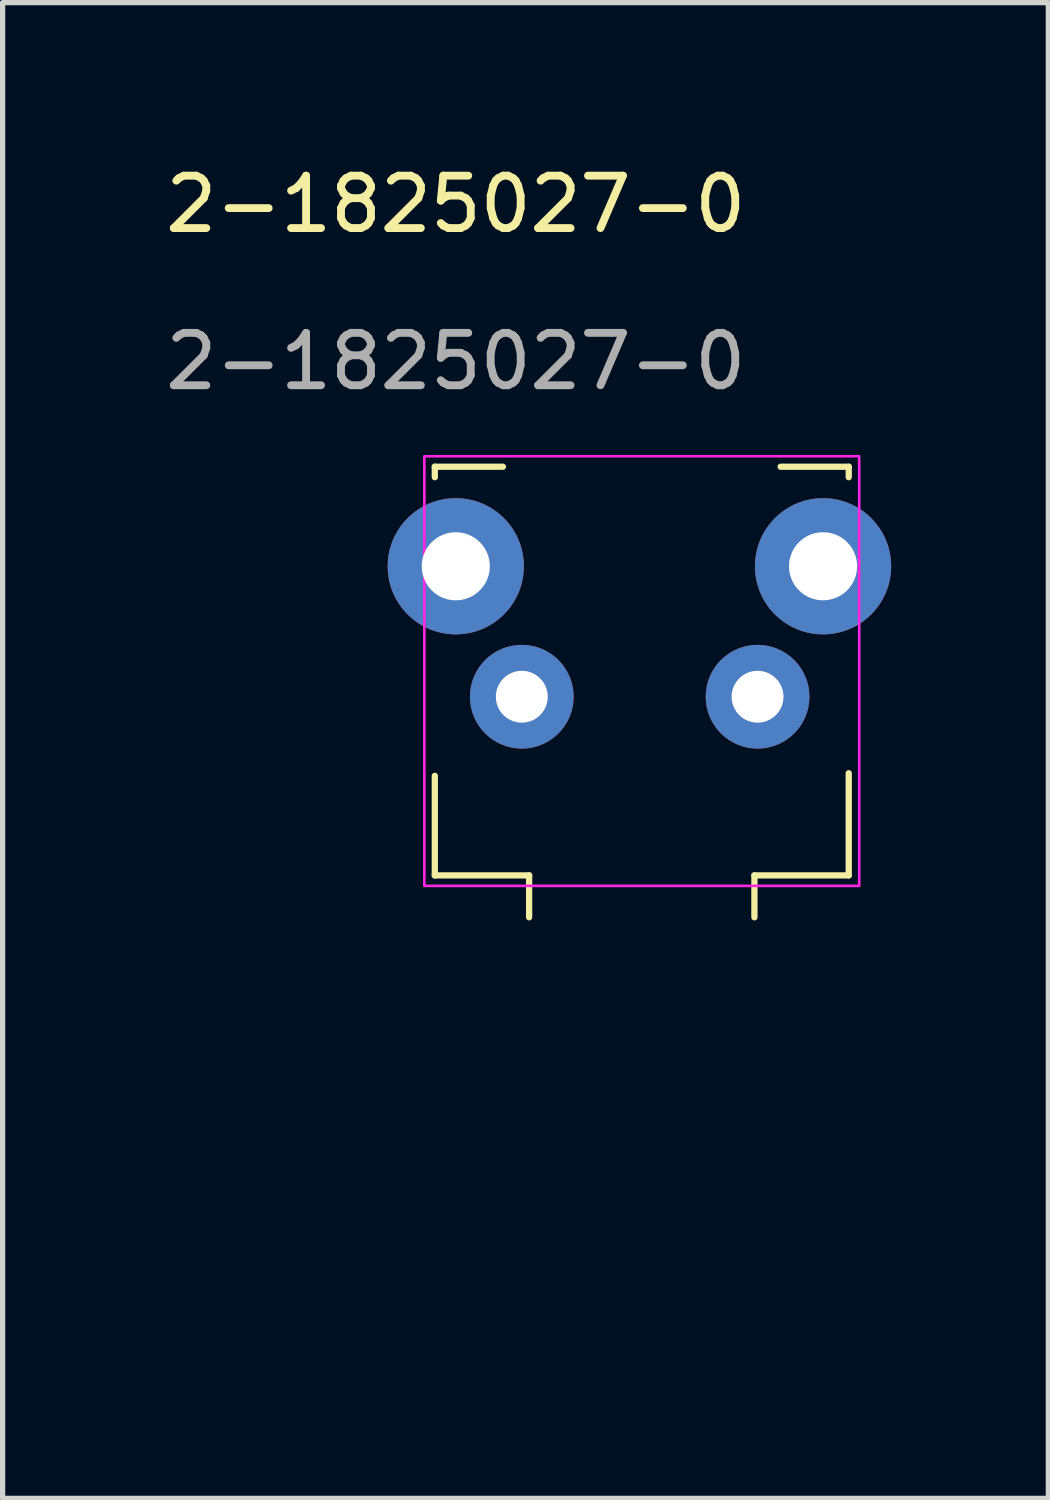
<source format=kicad_pcb>
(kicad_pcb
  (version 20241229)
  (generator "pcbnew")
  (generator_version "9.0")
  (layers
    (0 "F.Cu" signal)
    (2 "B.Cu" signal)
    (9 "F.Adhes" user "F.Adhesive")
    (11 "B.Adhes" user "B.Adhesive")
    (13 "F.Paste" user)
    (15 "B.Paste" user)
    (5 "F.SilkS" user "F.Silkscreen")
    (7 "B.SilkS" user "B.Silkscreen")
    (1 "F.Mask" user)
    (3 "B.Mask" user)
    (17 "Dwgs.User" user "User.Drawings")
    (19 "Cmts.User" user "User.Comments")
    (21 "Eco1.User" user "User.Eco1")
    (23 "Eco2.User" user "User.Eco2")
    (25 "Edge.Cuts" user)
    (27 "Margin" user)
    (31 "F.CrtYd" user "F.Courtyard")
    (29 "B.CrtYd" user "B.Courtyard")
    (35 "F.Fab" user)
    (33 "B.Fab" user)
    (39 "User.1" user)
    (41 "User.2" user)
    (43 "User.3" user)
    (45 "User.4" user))
  (footprint "2-1825027-0"
    (layer "F.Cu")
    (at 5.649 7.758)
    (property "Reference" "2-1825027-0" (at 0 -6.91 0) (unlocked yes) (layer "F.SilkS") (effects (font (size 1 1) (thickness 0.15))))
    (fp_line (start -0.4 -1.9) (end -0.4 -1.7) (stroke (width 0.12) (type solid)) (layer "F.SilkS"))
    (fp_line (start -0.4 -1.9) (end 0.9 -1.9) (stroke (width 0.12) (type solid)) (layer "F.SilkS"))
    (fp_line (start -0.4 4) (end -0.4 5.9) (stroke (width 0.12) (type solid)) (layer "F.SilkS"))
    (fp_line (start -0.4 5.9) (end 1.4 5.9) (stroke (width 0.12) (type solid)) (layer "F.SilkS"))
    (fp_line (start 1.4 5.9) (end 1.4 6.7) (stroke (width 0.12) (type solid)) (layer "F.SilkS"))
    (fp_line (start 5.7 5.9) (end 5.7 6.7) (stroke (width 0.12) (type solid)) (layer "F.SilkS"))
    (fp_line (start 5.7 5.9) (end 7.5 5.9) (stroke (width 0.12) (type solid)) (layer "F.SilkS"))
    (fp_line (start 6.2 -1.9) (end 7.5 -1.9) (stroke (width 0.12) (type solid)) (layer "F.SilkS"))
    (fp_line (start 7.5 -1.9) (end 7.5 -1.7) (stroke (width 0.12) (type solid)) (layer "F.SilkS"))
    (fp_line (start 7.5 5.9) (end 7.5 3.95) (stroke (width 0.12) (type solid)) (layer "F.SilkS"))
    (fp_rect (start 0 -1.52) (end 7.11 5.49) (stroke (width 0.12) (type solid)) (fill no) (layer "Eco1.User"))
    (fp_rect (start 1.8 5.49) (end 5.31 14.73) (stroke (width 0.12) (type solid)) (fill no) (layer "Eco1.User"))
    (fp_rect (start -0.6 -2.1) (end 7.7 6.1) (stroke (width 0.05) (type solid)) (fill no) (layer "F.CrtYd"))
    (fp_text user "${REFERENCE}" (at 0 -3.91 0) (unlocked yes) (layer "F.Fab") (effects (font (size 1 1) (thickness 0.15))))
    (pad "" thru_hole circle (at 0 0) (size 2.6 2.6) (drill 1.3) (layers "*.Cu" "*.Mask"))
    (pad "" thru_hole circle (at 7.01 0) (size 2.6 2.6) (drill 1.3) (layers "*.Cu" "*.Mask"))
    (pad "1" thru_hole circle (at 1.26 2.49) (size 1.98 1.98) (drill 0.99) (layers "*.Cu" "*.Mask"))
    (pad "2" thru_hole circle (at 5.76 2.49) (size 1.98 1.98) (drill 0.99) (layers "*.Cu" "*.Mask")))
  (gr_rect
    (start -3 -3)
    (end 16.959 25.548)
    (stroke (width 0.1) (type default))
    (fill no)
    (layer "Edge.Cuts")))
</source>
